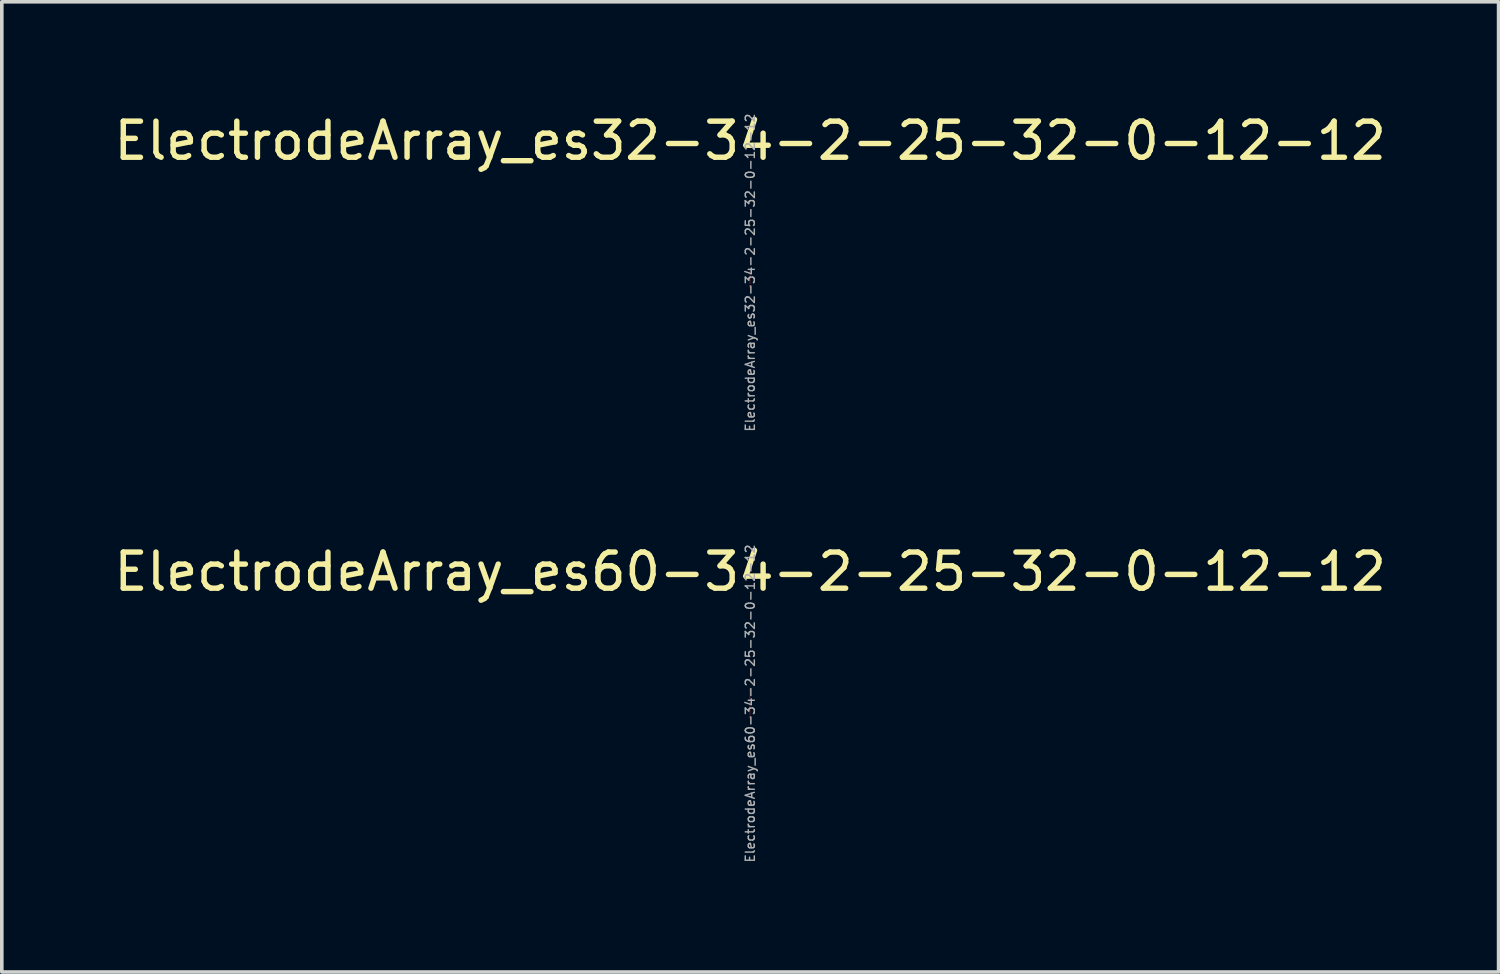
<source format=kicad_pcb>
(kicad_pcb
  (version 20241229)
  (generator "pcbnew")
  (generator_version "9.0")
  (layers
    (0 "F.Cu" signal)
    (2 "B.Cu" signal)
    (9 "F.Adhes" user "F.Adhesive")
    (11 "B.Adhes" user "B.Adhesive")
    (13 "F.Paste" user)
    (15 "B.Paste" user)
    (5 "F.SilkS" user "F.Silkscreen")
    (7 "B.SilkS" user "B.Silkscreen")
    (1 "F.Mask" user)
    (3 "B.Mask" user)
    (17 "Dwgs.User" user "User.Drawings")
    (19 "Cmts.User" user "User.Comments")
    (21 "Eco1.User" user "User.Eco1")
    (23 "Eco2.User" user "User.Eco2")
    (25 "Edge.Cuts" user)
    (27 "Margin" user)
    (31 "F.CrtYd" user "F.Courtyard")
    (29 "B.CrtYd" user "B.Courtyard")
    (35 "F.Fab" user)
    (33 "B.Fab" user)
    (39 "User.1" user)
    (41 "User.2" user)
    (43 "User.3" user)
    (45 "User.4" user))
  (footprint "ElectrodeArray_es60-34-2-25-32-0-12-12"
    (layer "F.Cu")
    (at 17.72 16.778)
    (property "Reference" "ElectrodeArray_es60-34-2-25-32-0-12-12" (at 0 -3.999 0) (layer "F.SilkS") (effects (font (size 1 1) (thickness 0.15))))
    (attr smd)
    (fp_text user "${REFERENCE}" (at 0 -0.351 90) (unlocked yes) (layer "F.Fab") (effects (font (size 0.25 0.25) (thickness 0.04))))
    (pad "1" smd rect (at -0.016 -0.775) (size 0.012 0.012) (layers "F.Cu" "F.Mask" "F.Paste"))
    (pad "2" smd rect (at 0.016 -0.775) (size 0.012 0.012) (layers "F.Cu" "F.Mask" "F.Paste"))
    (pad "3" smd rect (at -0.016 -0.75) (size 0.012 0.012) (layers "F.Cu" "F.Mask" "F.Paste"))
    (pad "4" smd rect (at 0.016 -0.75) (size 0.012 0.012) (layers "F.Cu" "F.Mask" "F.Paste"))
    (pad "5" smd rect (at -0.016 -0.725) (size 0.012 0.012) (layers "F.Cu" "F.Mask" "F.Paste"))
    (pad "6" smd rect (at 0.016 -0.725) (size 0.012 0.012) (layers "F.Cu" "F.Mask" "F.Paste"))
    (pad "7" smd rect (at -0.016 -0.7) (size 0.012 0.012) (layers "F.Cu" "F.Mask" "F.Paste"))
    (pad "8" smd rect (at 0.016 -0.7) (size 0.012 0.012) (layers "F.Cu" "F.Mask" "F.Paste"))
    (pad "9" smd rect (at -0.016 -0.675) (size 0.012 0.012) (layers "F.Cu" "F.Mask" "F.Paste"))
    (pad "10" smd rect (at 0.016 -0.675) (size 0.012 0.012) (layers "F.Cu" "F.Mask" "F.Paste"))
    (pad "11" smd rect (at -0.016 -0.65) (size 0.012 0.012) (layers "F.Cu" "F.Mask" "F.Paste"))
    (pad "12" smd rect (at 0.016 -0.65) (size 0.012 0.012) (layers "F.Cu" "F.Mask" "F.Paste"))
    (pad "13" smd rect (at -0.016 -0.625) (size 0.012 0.012) (layers "F.Cu" "F.Mask" "F.Paste"))
    (pad "14" smd rect (at 0.016 -0.625) (size 0.012 0.012) (layers "F.Cu" "F.Mask" "F.Paste"))
    (pad "15" smd rect (at -0.016 -0.6) (size 0.012 0.012) (layers "F.Cu" "F.Mask" "F.Paste"))
    (pad "16" smd rect (at 0.016 -0.6) (size 0.012 0.012) (layers "F.Cu" "F.Mask" "F.Paste"))
    (pad "17" smd rect (at -0.016 -0.575) (size 0.012 0.012) (layers "F.Cu" "F.Mask" "F.Paste"))
    (pad "18" smd rect (at 0.016 -0.575) (size 0.012 0.012) (layers "F.Cu" "F.Mask" "F.Paste"))
    (pad "19" smd rect (at -0.016 -0.55) (size 0.012 0.012) (layers "F.Cu" "F.Mask" "F.Paste"))
    (pad "20" smd rect (at 0.016 -0.55) (size 0.012 0.012) (layers "F.Cu" "F.Mask" "F.Paste"))
    (pad "21" smd rect (at -0.016 -0.525) (size 0.012 0.012) (layers "F.Cu" "F.Mask" "F.Paste"))
    (pad "22" smd rect (at 0.016 -0.525) (size 0.012 0.012) (layers "F.Cu" "F.Mask" "F.Paste"))
    (pad "23" smd rect (at -0.016 -0.5) (size 0.012 0.012) (layers "F.Cu" "F.Mask" "F.Paste"))
    (pad "24" smd rect (at 0.016 -0.5) (size 0.012 0.012) (layers "F.Cu" "F.Mask" "F.Paste"))
    (pad "25" smd rect (at -0.016 -0.475) (size 0.012 0.012) (layers "F.Cu" "F.Mask" "F.Paste"))
    (pad "26" smd rect (at 0.016 -0.475) (size 0.012 0.012) (layers "F.Cu" "F.Mask" "F.Paste"))
    (pad "27" smd rect (at -0.016 -0.45) (size 0.012 0.012) (layers "F.Cu" "F.Mask" "F.Paste"))
    (pad "28" smd rect (at 0.016 -0.45) (size 0.012 0.012) (layers "F.Cu" "F.Mask" "F.Paste"))
    (pad "29" smd rect (at -0.016 -0.425) (size 0.012 0.012) (layers "F.Cu" "F.Mask" "F.Paste"))
    (pad "30" smd rect (at 0.016 -0.425) (size 0.012 0.012) (layers "F.Cu" "F.Mask" "F.Paste"))
    (pad "31" smd rect (at -0.016 -0.4) (size 0.012 0.012) (layers "F.Cu" "F.Mask" "F.Paste"))
    (pad "32" smd rect (at 0.016 -0.4) (size 0.012 0.012) (layers "F.Cu" "F.Mask" "F.Paste"))
    (pad "33" smd rect (at -0.016 -0.375) (size 0.012 0.012) (layers "F.Cu" "F.Mask" "F.Paste"))
    (pad "34" smd rect (at 0.016 -0.375) (size 0.012 0.012) (layers "F.Cu" "F.Mask" "F.Paste"))
    (pad "35" smd rect (at -0.016 -0.35) (size 0.012 0.012) (layers "F.Cu" "F.Mask" "F.Paste"))
    (pad "36" smd rect (at 0.016 -0.35) (size 0.012 0.012) (layers "F.Cu" "F.Mask" "F.Paste"))
    (pad "37" smd rect (at -0.016 -0.325) (size 0.012 0.012) (layers "F.Cu" "F.Mask" "F.Paste"))
    (pad "38" smd rect (at 0.016 -0.325) (size 0.012 0.012) (layers "F.Cu" "F.Mask" "F.Paste"))
    (pad "39" smd rect (at -0.016 -0.3) (size 0.012 0.012) (layers "F.Cu" "F.Mask" "F.Paste"))
    (pad "40" smd rect (at 0.016 -0.3) (size 0.012 0.012) (layers "F.Cu" "F.Mask" "F.Paste"))
    (pad "41" smd rect (at -0.016 -0.275) (size 0.012 0.012) (layers "F.Cu" "F.Mask" "F.Paste"))
    (pad "42" smd rect (at 0.016 -0.275) (size 0.012 0.012) (layers "F.Cu" "F.Mask" "F.Paste"))
    (pad "43" smd rect (at -0.016 -0.25) (size 0.012 0.012) (layers "F.Cu" "F.Mask" "F.Paste"))
    (pad "44" smd rect (at 0.016 -0.25) (size 0.012 0.012) (layers "F.Cu" "F.Mask" "F.Paste"))
    (pad "45" smd rect (at -0.016 -0.225) (size 0.012 0.012) (layers "F.Cu" "F.Mask" "F.Paste"))
    (pad "46" smd rect (at 0.016 -0.225) (size 0.012 0.012) (layers "F.Cu" "F.Mask" "F.Paste"))
    (pad "47" smd rect (at -0.016 -0.2) (size 0.012 0.012) (layers "F.Cu" "F.Mask" "F.Paste"))
    (pad "48" smd rect (at 0.016 -0.2) (size 0.012 0.012) (layers "F.Cu" "F.Mask" "F.Paste"))
    (pad "49" smd rect (at -0.016 -0.175) (size 0.012 0.012) (layers "F.Cu" "F.Mask" "F.Paste"))
    (pad "50" smd rect (at 0.016 -0.175) (size 0.012 0.012) (layers "F.Cu" "F.Mask" "F.Paste"))
    (pad "51" smd rect (at -0.016 -0.15) (size 0.012 0.012) (layers "F.Cu" "F.Mask" "F.Paste"))
    (pad "52" smd rect (at 0.016 -0.15) (size 0.012 0.012) (layers "F.Cu" "F.Mask" "F.Paste"))
    (pad "53" smd rect (at -0.016 -0.125) (size 0.012 0.012) (layers "F.Cu" "F.Mask" "F.Paste"))
    (pad "54" smd rect (at 0.016 -0.125) (size 0.012 0.012) (layers "F.Cu" "F.Mask" "F.Paste"))
    (pad "55" smd rect (at -0.016 -0.1) (size 0.012 0.012) (layers "F.Cu" "F.Mask" "F.Paste"))
    (pad "56" smd rect (at 0.016 -0.1) (size 0.012 0.012) (layers "F.Cu" "F.Mask" "F.Paste"))
    (pad "57" smd rect (at -0.016 -0.075) (size 0.012 0.012) (layers "F.Cu" "F.Mask" "F.Paste"))
    (pad "58" smd rect (at 0.016 -0.075) (size 0.012 0.012) (layers "F.Cu" "F.Mask" "F.Paste"))
    (pad "59" smd rect (at -0.016 -0.05) (size 0.012 0.012) (layers "F.Cu" "F.Mask" "F.Paste"))
    (pad "60" smd rect (at 0.016 -0.05) (size 0.012 0.012) (layers "F.Cu" "F.Mask" "F.Paste"))
    (pad "MP" smd custom (at 0 0.013) (size 0.012 0.012) (layers "F.Cu" "F.Mask" "F.Paste") (options (anchor rect)) (primitives (gr_poly (pts (xy 0.025 -0.013) (xy 0 0.087) (xy -0.025 -0.013)) (width 0) (fill yes)))))
  (footprint "ElectrodeArray_es32-34-2-25-32-0-12-12"
    (layer "F.Cu")
    (at 17.72 4.848)
    (property "Reference" "ElectrodeArray_es32-34-2-25-32-0-12-12" (at 0 -3.999 0) (layer "F.SilkS") (effects (font (size 1 1) (thickness 0.15))))
    (attr smd)
    (fp_text user "${REFERENCE}" (at 0 -0.351 90) (unlocked yes) (layer "F.Fab") (effects (font (size 0.25 0.25) (thickness 0.04))))
    (pad "1" smd rect (at -0.016 -0.425) (size 0.012 0.012) (layers "F.Cu" "F.Mask" "F.Paste"))
    (pad "2" smd rect (at 0.016 -0.425) (size 0.012 0.012) (layers "F.Cu" "F.Mask" "F.Paste"))
    (pad "3" smd rect (at -0.016 -0.4) (size 0.012 0.012) (layers "F.Cu" "F.Mask" "F.Paste"))
    (pad "4" smd rect (at 0.016 -0.4) (size 0.012 0.012) (layers "F.Cu" "F.Mask" "F.Paste"))
    (pad "5" smd rect (at -0.016 -0.375) (size 0.012 0.012) (layers "F.Cu" "F.Mask" "F.Paste"))
    (pad "6" smd rect (at 0.016 -0.375) (size 0.012 0.012) (layers "F.Cu" "F.Mask" "F.Paste"))
    (pad "7" smd rect (at -0.016 -0.35) (size 0.012 0.012) (layers "F.Cu" "F.Mask" "F.Paste"))
    (pad "8" smd rect (at 0.016 -0.35) (size 0.012 0.012) (layers "F.Cu" "F.Mask" "F.Paste"))
    (pad "9" smd rect (at -0.016 -0.325) (size 0.012 0.012) (layers "F.Cu" "F.Mask" "F.Paste"))
    (pad "10" smd rect (at 0.016 -0.325) (size 0.012 0.012) (layers "F.Cu" "F.Mask" "F.Paste"))
    (pad "11" smd rect (at -0.016 -0.3) (size 0.012 0.012) (layers "F.Cu" "F.Mask" "F.Paste"))
    (pad "12" smd rect (at 0.016 -0.3) (size 0.012 0.012) (layers "F.Cu" "F.Mask" "F.Paste"))
    (pad "13" smd rect (at -0.016 -0.275) (size 0.012 0.012) (layers "F.Cu" "F.Mask" "F.Paste"))
    (pad "14" smd rect (at 0.016 -0.275) (size 0.012 0.012) (layers "F.Cu" "F.Mask" "F.Paste"))
    (pad "15" smd rect (at -0.016 -0.25) (size 0.012 0.012) (layers "F.Cu" "F.Mask" "F.Paste"))
    (pad "16" smd rect (at 0.016 -0.25) (size 0.012 0.012) (layers "F.Cu" "F.Mask" "F.Paste"))
    (pad "17" smd rect (at -0.016 -0.225) (size 0.012 0.012) (layers "F.Cu" "F.Mask" "F.Paste"))
    (pad "18" smd rect (at 0.016 -0.225) (size 0.012 0.012) (layers "F.Cu" "F.Mask" "F.Paste"))
    (pad "19" smd rect (at -0.016 -0.2) (size 0.012 0.012) (layers "F.Cu" "F.Mask" "F.Paste"))
    (pad "20" smd rect (at 0.016 -0.2) (size 0.012 0.012) (layers "F.Cu" "F.Mask" "F.Paste"))
    (pad "21" smd rect (at -0.016 -0.175) (size 0.012 0.012) (layers "F.Cu" "F.Mask" "F.Paste"))
    (pad "22" smd rect (at 0.016 -0.175) (size 0.012 0.012) (layers "F.Cu" "F.Mask" "F.Paste"))
    (pad "23" smd rect (at -0.016 -0.15) (size 0.012 0.012) (layers "F.Cu" "F.Mask" "F.Paste"))
    (pad "24" smd rect (at 0.016 -0.15) (size 0.012 0.012) (layers "F.Cu" "F.Mask" "F.Paste"))
    (pad "25" smd rect (at -0.016 -0.125) (size 0.012 0.012) (layers "F.Cu" "F.Mask" "F.Paste"))
    (pad "26" smd rect (at 0.016 -0.125) (size 0.012 0.012) (layers "F.Cu" "F.Mask" "F.Paste"))
    (pad "27" smd rect (at -0.016 -0.1) (size 0.012 0.012) (layers "F.Cu" "F.Mask" "F.Paste"))
    (pad "28" smd rect (at 0.016 -0.1) (size 0.012 0.012) (layers "F.Cu" "F.Mask" "F.Paste"))
    (pad "29" smd rect (at -0.016 -0.075) (size 0.012 0.012) (layers "F.Cu" "F.Mask" "F.Paste"))
    (pad "30" smd rect (at 0.016 -0.075) (size 0.012 0.012) (layers "F.Cu" "F.Mask" "F.Paste"))
    (pad "31" smd rect (at -0.016 -0.05) (size 0.012 0.012) (layers "F.Cu" "F.Mask" "F.Paste"))
    (pad "32" smd rect (at 0.016 -0.05) (size 0.012 0.012) (layers "F.Cu" "F.Mask" "F.Paste"))
    (pad "MP" smd custom (at 0 0.013) (size 0.012 0.012) (layers "F.Cu" "F.Mask" "F.Paste") (options (anchor rect)) (primitives (gr_poly (pts (xy 0.025 -0.013) (xy 0 0.087) (xy -0.025 -0.013)) (width 0) (fill yes)))))
  (gr_rect
    (start -3 -3)
    (end 38.44 23.86)
    (stroke (width 0.1) (type default))
    (fill no)
    (layer "Edge.Cuts")))
</source>
